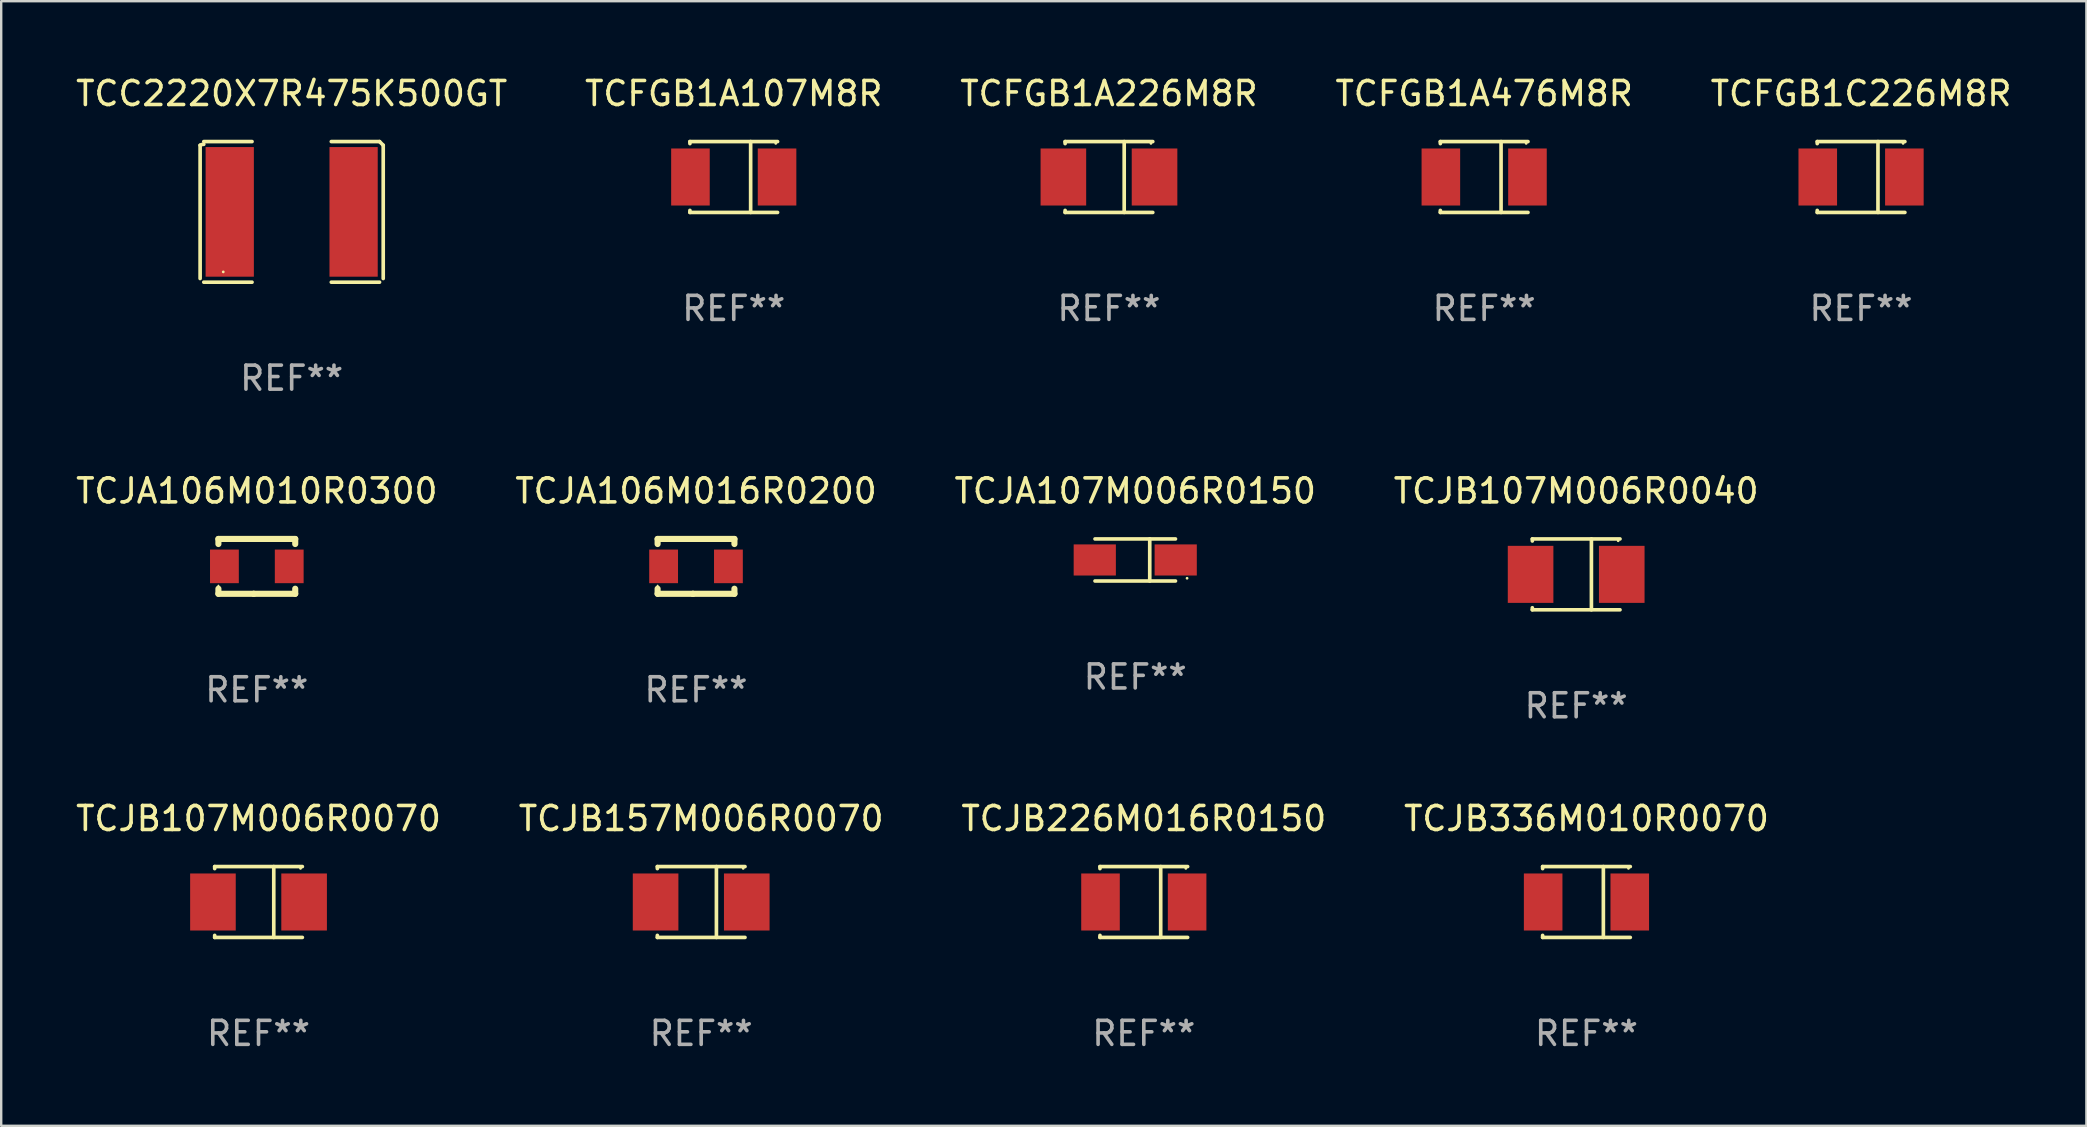
<source format=kicad_pcb>
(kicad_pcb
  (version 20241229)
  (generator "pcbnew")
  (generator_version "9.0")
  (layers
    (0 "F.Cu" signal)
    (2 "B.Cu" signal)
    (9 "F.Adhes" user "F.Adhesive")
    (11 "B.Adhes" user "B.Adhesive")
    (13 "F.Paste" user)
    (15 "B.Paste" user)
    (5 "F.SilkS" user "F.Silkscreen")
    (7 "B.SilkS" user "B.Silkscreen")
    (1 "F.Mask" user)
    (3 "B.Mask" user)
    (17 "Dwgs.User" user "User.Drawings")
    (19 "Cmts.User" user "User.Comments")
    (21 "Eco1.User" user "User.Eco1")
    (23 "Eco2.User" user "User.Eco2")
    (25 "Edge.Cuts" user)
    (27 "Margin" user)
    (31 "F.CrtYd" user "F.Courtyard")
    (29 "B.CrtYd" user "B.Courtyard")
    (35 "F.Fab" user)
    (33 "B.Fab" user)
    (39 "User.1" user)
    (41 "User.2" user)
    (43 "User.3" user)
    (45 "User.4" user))
  (footprint "TCFGB1A226M8R"
    (layer "F.Cu")
    (at 43.149 4.324)
    (property "Reference" "TCFGB1A226M8R" (at 0 -3.476 0) (layer "F.SilkS") (effects (font (size 1 1) (thickness 0.15))))
    (attr through_hole)
    (fp_line (start -1.826 -1.476) (end -1.826 -1.391) (stroke (width 0.152) (type solid)) (layer "F.SilkS"))
    (fp_line (start -1.826 -1.476) (end 1.826 -1.476) (stroke (width 0.152) (type solid)) (layer "F.SilkS"))
    (fp_line (start -1.826 1.476) (end -1.826 1.391) (stroke (width 0.152) (type solid)) (layer "F.SilkS"))
    (fp_line (start -1.826 1.476) (end 1.826 1.476) (stroke (width 0.152) (type solid)) (layer "F.SilkS"))
    (fp_line (start 0.635 -1.476) (end 0.635 1.476) (stroke (width 0.152) (type solid)) (layer "F.SilkS"))
    (fp_circle (center 1.75 -1.4) (end 1.78 -1.4) (stroke (width 0.06) (type solid)) (fill no) (layer "F.SilkS"))
    (fp_text user "REF**" (at 0 5.476 0) (layer "F.Fab") (effects (font (size 1 1) (thickness 0.15))))
    (pad "1" smd rect (at 1.899 0) (size 1.9 2.376) (layers "F.Cu" "F.Mask" "F.Paste"))
    (pad "2" smd rect (at -1.899 0) (size 1.9 2.376) (layers "F.Cu" "F.Mask" "F.Paste")))
  (footprint "TCJA106M010R0300"
    (layer "F.Cu")
    (at 7.649 20.545)
    (property "Reference" "TCJA106M010R0300" (at 0 -3.143 0) (layer "F.SilkS") (effects (font (size 1 1) (thickness 0.15))))
    (attr through_hole)
    (fp_line (start -1.6 1.143) (end -0.128 1.143) (stroke (width 0.254) (type solid)) (layer "F.SilkS"))
    (fp_line (start -1.6 -1.143) (end -1.6 -0.931) (stroke (width 0.254) (type solid)) (layer "F.SilkS"))
    (fp_line (start -1.6 -1.143) (end 1.6 -1.143) (stroke (width 0.254) (type solid)) (layer "F.SilkS"))
    (fp_line (start -1.6 0.931) (end -1.6 1.143) (stroke (width 0.254) (type solid)) (layer "F.SilkS"))
    (fp_line (start -0.128 1.143) (end -0.128 1.143) (stroke (width 0.254) (type solid)) (layer "F.SilkS"))
    (fp_line (start -0.128 1.143) (end 1.6 1.143) (stroke (width 0.254) (type solid)) (layer "F.SilkS"))
    (fp_line (start 1.6 -1.143) (end 1.6 -0.931) (stroke (width 0.254) (type solid)) (layer "F.SilkS"))
    (fp_line (start 1.6 0.931) (end 1.6 1.143) (stroke (width 0.254) (type solid)) (layer "F.SilkS"))
    (fp_circle (center -1.6 0.8) (end -1.58 0.8) (stroke (width 0.04) (type solid)) (fill no) (layer "F.SilkS"))
    (fp_text user "REF**" (at 0 5.143 0) (layer "F.Fab") (effects (font (size 1 1) (thickness 0.15))))
    (pad "1" smd rect (at -1.35 0) (size 1.2 1.4) (layers "F.Cu" "F.Mask" "F.Paste"))
    (pad "2" smd rect (at 1.35 0) (size 1.2 1.4) (layers "F.Cu" "F.Mask" "F.Paste")))
  (footprint "TCJA107M006R0150"
    (layer "F.Cu")
    (at 44.244 20.278)
    (property "Reference" "TCJA107M006R0150" (at 0 -2.876 0) (layer "F.SilkS") (effects (font (size 1 1) (thickness 0.15))))
    (attr through_hole)
    (fp_line (start -1.676 -0.876) (end 1.676 -0.876) (stroke (width 0.152) (type solid)) (layer "F.SilkS"))
    (fp_line (start -1.676 0.876) (end 1.676 0.876) (stroke (width 0.152) (type solid)) (layer "F.SilkS"))
    (fp_line (start 0.604 -0.876) (end 0.604 0.876) (stroke (width 0.152) (type solid)) (layer "F.SilkS"))
    (fp_circle (center 2.159 0.762) (end 2.189 0.762) (stroke (width 0.06) (type solid)) (fill no) (layer "F.SilkS"))
    (fp_text user "REF**" (at 0 4.876 0) (layer "F.Fab") (effects (font (size 1 1) (thickness 0.15))))
    (pad "1" smd rect (at 1.686 0) (size 1.758 1.296) (layers "F.Cu" "F.Mask" "F.Paste"))
    (pad "2" smd rect (at -1.686 0) (size 1.758 1.296) (layers "F.Cu" "F.Mask" "F.Paste")))
  (footprint "TCJB226M016R0150"
    (layer "F.Cu")
    (at 44.601 34.527)
    (property "Reference" "TCJB226M016R0150" (at 0 -3.476 0) (layer "F.SilkS") (effects (font (size 1 1) (thickness 0.15))))
    (attr through_hole)
    (fp_line (start -1.826 -1.476) (end -1.826 -1.391) (stroke (width 0.152) (type solid)) (layer "F.SilkS"))
    (fp_line (start -1.826 -1.476) (end 1.826 -1.476) (stroke (width 0.152) (type solid)) (layer "F.SilkS"))
    (fp_line (start -1.826 1.476) (end -1.826 1.391) (stroke (width 0.152) (type solid)) (layer "F.SilkS"))
    (fp_line (start -1.826 1.476) (end 1.826 1.476) (stroke (width 0.152) (type solid)) (layer "F.SilkS"))
    (fp_line (start 0.704 -1.476) (end 0.704 1.476) (stroke (width 0.152) (type solid)) (layer "F.SilkS"))
    (fp_circle (center 1.75 -1.4) (end 1.78 -1.4) (stroke (width 0.06) (type solid)) (fill no) (layer "F.SilkS"))
    (fp_text user "REF**" (at 0 5.476 0) (layer "F.Fab") (effects (font (size 1 1) (thickness 0.15))))
    (pad "1" smd rect (at 1.804 0) (size 1.607 2.376) (layers "F.Cu" "F.Mask" "F.Paste"))
    (pad "2" smd rect (at -1.804 0) (size 1.607 2.376) (layers "F.Cu" "F.Mask" "F.Paste")))
  (footprint "TCJB107M006R0040"
    (layer "F.Cu")
    (at 62.613 20.878)
    (property "Reference" "TCJB107M006R0040" (at 0 -3.476 0) (layer "F.SilkS") (effects (font (size 1 1) (thickness 0.15))))
    (attr through_hole)
    (fp_line (start -1.826 -1.476) (end -1.826 -1.391) (stroke (width 0.152) (type solid)) (layer "F.SilkS"))
    (fp_line (start -1.826 -1.476) (end 1.826 -1.476) (stroke (width 0.152) (type solid)) (layer "F.SilkS"))
    (fp_line (start -1.826 1.476) (end -1.826 1.391) (stroke (width 0.152) (type solid)) (layer "F.SilkS"))
    (fp_line (start -1.826 1.476) (end 1.826 1.476) (stroke (width 0.152) (type solid)) (layer "F.SilkS"))
    (fp_line (start 0.635 -1.476) (end 0.635 1.476) (stroke (width 0.152) (type solid)) (layer "F.SilkS"))
    (fp_circle (center 1.75 -1.4) (end 1.78 -1.4) (stroke (width 0.06) (type solid)) (fill no) (layer "F.SilkS"))
    (fp_text user "REF**" (at 0 5.476 0) (layer "F.Fab") (effects (font (size 1 1) (thickness 0.15))))
    (pad "1" smd rect (at 1.899 0) (size 1.9 2.376) (layers "F.Cu" "F.Mask" "F.Paste"))
    (pad "2" smd rect (at -1.899 0) (size 1.9 2.376) (layers "F.Cu" "F.Mask" "F.Paste")))
  (footprint "TCJB107M006R0070"
    (layer "F.Cu")
    (at 7.72 34.527)
    (property "Reference" "TCJB107M006R0070" (at 0 -3.476 0) (layer "F.SilkS") (effects (font (size 1 1) (thickness 0.15))))
    (attr through_hole)
    (fp_line (start -1.826 -1.476) (end -1.826 -1.391) (stroke (width 0.152) (type solid)) (layer "F.SilkS"))
    (fp_line (start -1.826 -1.476) (end 1.826 -1.476) (stroke (width 0.152) (type solid)) (layer "F.SilkS"))
    (fp_line (start -1.826 1.476) (end -1.826 1.391) (stroke (width 0.152) (type solid)) (layer "F.SilkS"))
    (fp_line (start -1.826 1.476) (end 1.826 1.476) (stroke (width 0.152) (type solid)) (layer "F.SilkS"))
    (fp_line (start 0.635 -1.476) (end 0.635 1.476) (stroke (width 0.152) (type solid)) (layer "F.SilkS"))
    (fp_circle (center 1.75 -1.4) (end 1.78 -1.4) (stroke (width 0.06) (type solid)) (fill no) (layer "F.SilkS"))
    (fp_text user "REF**" (at 0 5.476 0) (layer "F.Fab") (effects (font (size 1 1) (thickness 0.15))))
    (pad "1" smd rect (at 1.899 0) (size 1.9 2.376) (layers "F.Cu" "F.Mask" "F.Paste"))
    (pad "2" smd rect (at -1.899 0) (size 1.9 2.376) (layers "F.Cu" "F.Mask" "F.Paste")))
  (footprint "TCC2220X7R475K500GT"
    (layer "F.Cu")
    (at 9.101 5.777)
    (property "Reference" "TCC2220X7R475K500GT" (at 0 -4.929 0) (layer "F.SilkS") (effects (font (size 1 1) (thickness 0.15))))
    (attr through_hole)
    (fp_line (start -3.814 2.776) (end -3.814 -2.776) (stroke (width 0.152) (type solid)) (layer "F.SilkS"))
    (fp_line (start -3.661 -2.929) (end -1.651 -2.929) (stroke (width 0.152) (type solid)) (layer "F.SilkS"))
    (fp_line (start -1.651 2.929) (end -3.661 2.929) (stroke (width 0.152) (type solid)) (layer "F.SilkS"))
    (fp_line (start 1.651 2.929) (end 3.661 2.929) (stroke (width 0.152) (type solid)) (layer "F.SilkS"))
    (fp_line (start 3.661 -2.929) (end 1.651 -2.929) (stroke (width 0.152) (type solid)) (layer "F.SilkS"))
    (fp_line (start 3.814 2.776) (end 3.814 -2.776) (stroke (width 0.152) (type solid)) (layer "F.SilkS"))
    (fp_arc (start -3.813614 -2.7762) (mid -3.739925 -2.805625) (end -3.661214 -2.815646) (stroke (width 0.1524) (type solid)) (layer "F.SilkS"))
    (fp_arc (start 3.661214 -2.9286) (mid 3.737425 -2.852411) (end 3.813614 -2.7762) (stroke (width 0.1524) (type solid)) (layer "F.SilkS"))
    (fp_circle (center -2.85 2.5) (end -2.82 2.5) (stroke (width 0.06) (type solid)) (fill no) (layer "F.SilkS"))
    (fp_text user "REF**" (at 0 6.929 0) (layer "F.Fab") (effects (font (size 1 1) (thickness 0.15))))
    (pad "1" smd rect (at -2.58 0) (size 2.01 5.4) (layers "F.Cu" "F.Mask" "F.Paste"))
    (pad "2" smd rect (at 2.58 0) (size 2.01 5.4) (layers "F.Cu" "F.Mask" "F.Paste")))
  (footprint "TCFGB1C226M8R"
    (layer "F.Cu")
    (at 74.482 4.324)
    (property "Reference" "TCFGB1C226M8R" (at 0 -3.476 0) (layer "F.SilkS") (effects (font (size 1 1) (thickness 0.15))))
    (attr through_hole)
    (fp_line (start -1.826 -1.476) (end -1.826 -1.391) (stroke (width 0.152) (type solid)) (layer "F.SilkS"))
    (fp_line (start -1.826 -1.476) (end 1.826 -1.476) (stroke (width 0.152) (type solid)) (layer "F.SilkS"))
    (fp_line (start -1.826 1.476) (end -1.826 1.391) (stroke (width 0.152) (type solid)) (layer "F.SilkS"))
    (fp_line (start -1.826 1.476) (end 1.826 1.476) (stroke (width 0.152) (type solid)) (layer "F.SilkS"))
    (fp_line (start 0.704 -1.476) (end 0.704 1.476) (stroke (width 0.152) (type solid)) (layer "F.SilkS"))
    (fp_circle (center 1.75 -1.4) (end 1.78 -1.4) (stroke (width 0.06) (type solid)) (fill no) (layer "F.SilkS"))
    (fp_text user "REF**" (at 0 5.476 0) (layer "F.Fab") (effects (font (size 1 1) (thickness 0.15))))
    (pad "1" smd rect (at 1.804 0) (size 1.607 2.376) (layers "F.Cu" "F.Mask" "F.Paste"))
    (pad "2" smd rect (at -1.804 0) (size 1.607 2.376) (layers "F.Cu" "F.Mask" "F.Paste")))
  (footprint "TCJA106M016R0200"
    (layer "F.Cu")
    (at 25.946 20.545)
    (property "Reference" "TCJA106M016R0200" (at 0 -3.143 0) (layer "F.SilkS") (effects (font (size 1 1) (thickness 0.15))))
    (attr through_hole)
    (fp_line (start -1.6 1.143) (end -0.128 1.143) (stroke (width 0.254) (type solid)) (layer "F.SilkS"))
    (fp_line (start -1.6 -1.143) (end -1.6 -0.931) (stroke (width 0.254) (type solid)) (layer "F.SilkS"))
    (fp_line (start -1.6 -1.143) (end 1.6 -1.143) (stroke (width 0.254) (type solid)) (layer "F.SilkS"))
    (fp_line (start -1.6 0.931) (end -1.6 1.143) (stroke (width 0.254) (type solid)) (layer "F.SilkS"))
    (fp_line (start -0.128 1.143) (end -0.128 1.143) (stroke (width 0.254) (type solid)) (layer "F.SilkS"))
    (fp_line (start -0.128 1.143) (end 1.6 1.143) (stroke (width 0.254) (type solid)) (layer "F.SilkS"))
    (fp_line (start 1.6 -1.143) (end 1.6 -0.931) (stroke (width 0.254) (type solid)) (layer "F.SilkS"))
    (fp_line (start 1.6 0.931) (end 1.6 1.143) (stroke (width 0.254) (type solid)) (layer "F.SilkS"))
    (fp_circle (center -1.6 0.8) (end -1.58 0.8) (stroke (width 0.04) (type solid)) (fill no) (layer "F.SilkS"))
    (fp_text user "REF**" (at 0 5.143 0) (layer "F.Fab") (effects (font (size 1 1) (thickness 0.15))))
    (pad "1" smd rect (at -1.35 0) (size 1.2 1.4) (layers "F.Cu" "F.Mask" "F.Paste"))
    (pad "2" smd rect (at 1.35 0) (size 1.2 1.4) (layers "F.Cu" "F.Mask" "F.Paste")))
  (footprint "TCFGB1A476M8R"
    (layer "F.Cu")
    (at 58.78 4.324)
    (property "Reference" "TCFGB1A476M8R" (at 0 -3.476 0) (layer "F.SilkS") (effects (font (size 1 1) (thickness 0.15))))
    (attr through_hole)
    (fp_line (start -1.826 -1.476) (end -1.826 -1.391) (stroke (width 0.152) (type solid)) (layer "F.SilkS"))
    (fp_line (start -1.826 -1.476) (end 1.826 -1.476) (stroke (width 0.152) (type solid)) (layer "F.SilkS"))
    (fp_line (start -1.826 1.476) (end -1.826 1.391) (stroke (width 0.152) (type solid)) (layer "F.SilkS"))
    (fp_line (start -1.826 1.476) (end 1.826 1.476) (stroke (width 0.152) (type solid)) (layer "F.SilkS"))
    (fp_line (start 0.704 -1.476) (end 0.704 1.476) (stroke (width 0.152) (type solid)) (layer "F.SilkS"))
    (fp_circle (center 1.75 -1.4) (end 1.78 -1.4) (stroke (width 0.06) (type solid)) (fill no) (layer "F.SilkS"))
    (fp_text user "REF**" (at 0 5.476 0) (layer "F.Fab") (effects (font (size 1 1) (thickness 0.15))))
    (pad "1" smd rect (at 1.804 0) (size 1.607 2.376) (layers "F.Cu" "F.Mask" "F.Paste"))
    (pad "2" smd rect (at -1.804 0) (size 1.607 2.376) (layers "F.Cu" "F.Mask" "F.Paste")))
  (footprint "TCJB157M006R0070"
    (layer "F.Cu")
    (at 26.161 34.527)
    (property "Reference" "TCJB157M006R0070" (at 0 -3.476 0) (layer "F.SilkS") (effects (font (size 1 1) (thickness 0.15))))
    (attr through_hole)
    (fp_line (start -1.826 -1.476) (end -1.826 -1.391) (stroke (width 0.152) (type solid)) (layer "F.SilkS"))
    (fp_line (start -1.826 -1.476) (end 1.826 -1.476) (stroke (width 0.152) (type solid)) (layer "F.SilkS"))
    (fp_line (start -1.826 1.476) (end -1.826 1.391) (stroke (width 0.152) (type solid)) (layer "F.SilkS"))
    (fp_line (start -1.826 1.476) (end 1.826 1.476) (stroke (width 0.152) (type solid)) (layer "F.SilkS"))
    (fp_line (start 0.635 -1.476) (end 0.635 1.476) (stroke (width 0.152) (type solid)) (layer "F.SilkS"))
    (fp_circle (center 1.75 -1.4) (end 1.78 -1.4) (stroke (width 0.06) (type solid)) (fill no) (layer "F.SilkS"))
    (fp_text user "REF**" (at 0 5.476 0) (layer "F.Fab") (effects (font (size 1 1) (thickness 0.15))))
    (pad "1" smd rect (at 1.899 0) (size 1.9 2.376) (layers "F.Cu" "F.Mask" "F.Paste"))
    (pad "2" smd rect (at -1.899 0) (size 1.9 2.376) (layers "F.Cu" "F.Mask" "F.Paste")))
  (footprint "TCJB336M010R0070"
    (layer "F.Cu")
    (at 63.042 34.527)
    (property "Reference" "TCJB336M010R0070" (at 0 -3.476 0) (layer "F.SilkS") (effects (font (size 1 1) (thickness 0.15))))
    (attr through_hole)
    (fp_line (start -1.826 -1.476) (end -1.826 -1.391) (stroke (width 0.152) (type solid)) (layer "F.SilkS"))
    (fp_line (start -1.826 -1.476) (end 1.826 -1.476) (stroke (width 0.152) (type solid)) (layer "F.SilkS"))
    (fp_line (start -1.826 1.476) (end -1.826 1.391) (stroke (width 0.152) (type solid)) (layer "F.SilkS"))
    (fp_line (start -1.826 1.476) (end 1.826 1.476) (stroke (width 0.152) (type solid)) (layer "F.SilkS"))
    (fp_line (start 0.704 -1.476) (end 0.704 1.476) (stroke (width 0.152) (type solid)) (layer "F.SilkS"))
    (fp_circle (center 1.75 -1.4) (end 1.78 -1.4) (stroke (width 0.06) (type solid)) (fill no) (layer "F.SilkS"))
    (fp_text user "REF**" (at 0 5.476 0) (layer "F.Fab") (effects (font (size 1 1) (thickness 0.15))))
    (pad "1" smd rect (at 1.804 0) (size 1.607 2.376) (layers "F.Cu" "F.Mask" "F.Paste"))
    (pad "2" smd rect (at -1.804 0) (size 1.607 2.376) (layers "F.Cu" "F.Mask" "F.Paste")))
  (footprint "TCFGB1A107M8R"
    (layer "F.Cu")
    (at 27.518 4.324)
    (property "Reference" "TCFGB1A107M8R" (at 0 -3.476 0) (layer "F.SilkS") (effects (font (size 1 1) (thickness 0.15))))
    (attr through_hole)
    (fp_line (start -1.826 -1.476) (end -1.826 -1.391) (stroke (width 0.152) (type solid)) (layer "F.SilkS"))
    (fp_line (start -1.826 -1.476) (end 1.826 -1.476) (stroke (width 0.152) (type solid)) (layer "F.SilkS"))
    (fp_line (start -1.826 1.476) (end -1.826 1.391) (stroke (width 0.152) (type solid)) (layer "F.SilkS"))
    (fp_line (start -1.826 1.476) (end 1.826 1.476) (stroke (width 0.152) (type solid)) (layer "F.SilkS"))
    (fp_line (start 0.704 -1.476) (end 0.704 1.476) (stroke (width 0.152) (type solid)) (layer "F.SilkS"))
    (fp_circle (center 1.75 -1.4) (end 1.78 -1.4) (stroke (width 0.06) (type solid)) (fill no) (layer "F.SilkS"))
    (fp_text user "REF**" (at 0 5.476 0) (layer "F.Fab") (effects (font (size 1 1) (thickness 0.15))))
    (pad "1" smd rect (at 1.804 0) (size 1.607 2.376) (layers "F.Cu" "F.Mask" "F.Paste"))
    (pad "2" smd rect (at -1.804 0) (size 1.607 2.376) (layers "F.Cu" "F.Mask" "F.Paste")))
  (gr_rect
    (start -3 -3)
    (end 83.869 43.852)
    (stroke (width 0.1) (type default))
    (fill no)
    (layer "Edge.Cuts")))
</source>
